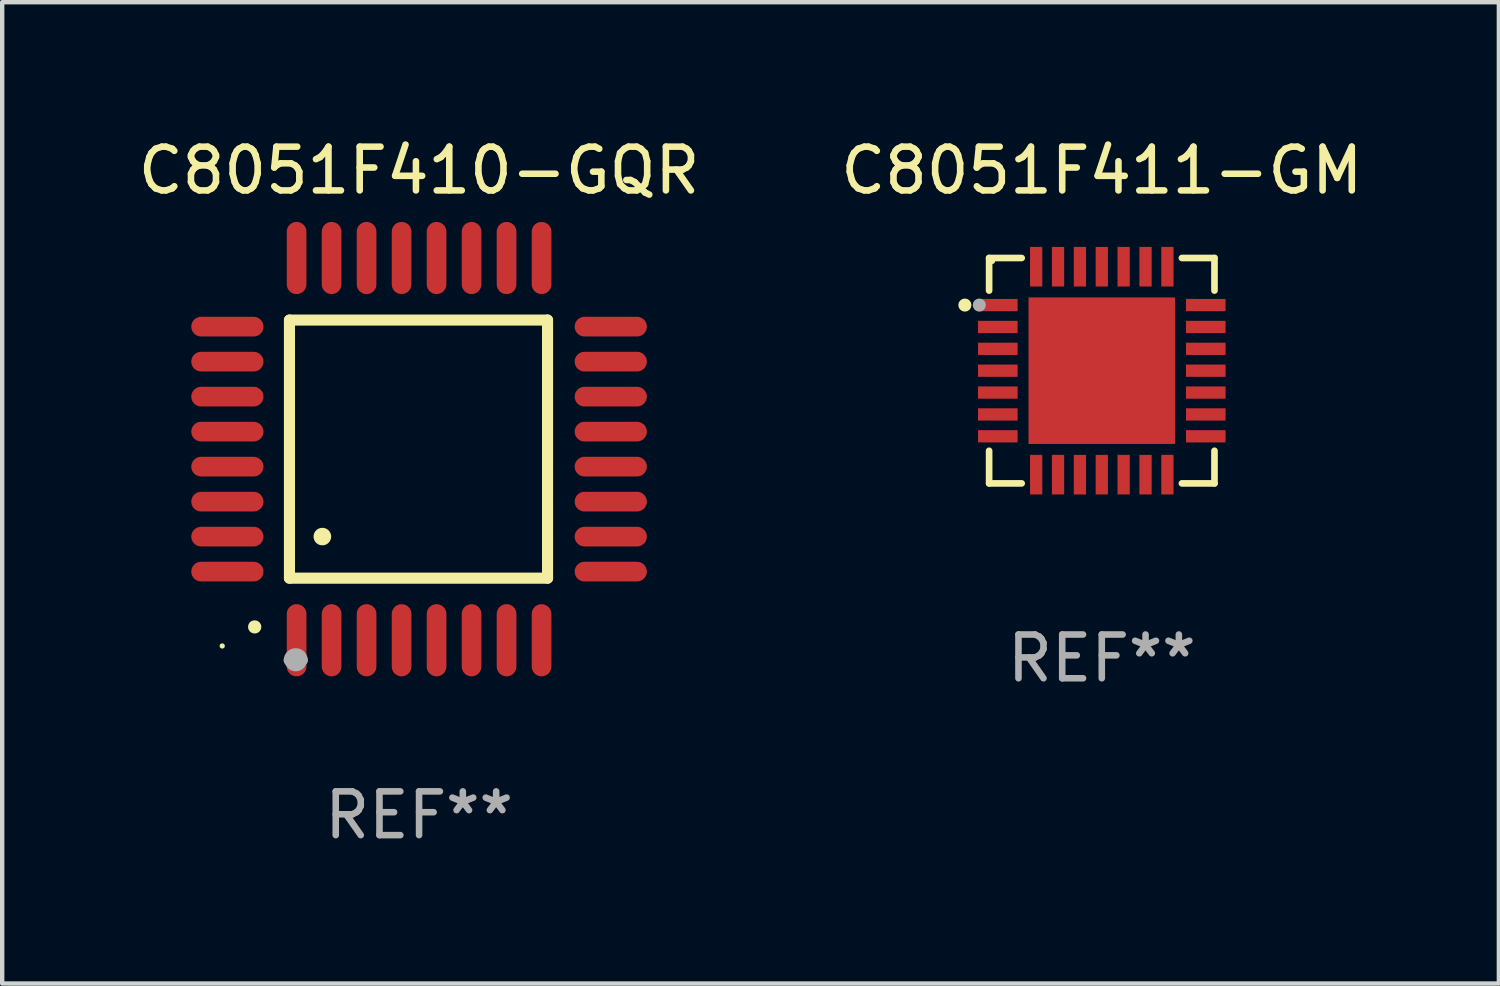
<source format=kicad_pcb>
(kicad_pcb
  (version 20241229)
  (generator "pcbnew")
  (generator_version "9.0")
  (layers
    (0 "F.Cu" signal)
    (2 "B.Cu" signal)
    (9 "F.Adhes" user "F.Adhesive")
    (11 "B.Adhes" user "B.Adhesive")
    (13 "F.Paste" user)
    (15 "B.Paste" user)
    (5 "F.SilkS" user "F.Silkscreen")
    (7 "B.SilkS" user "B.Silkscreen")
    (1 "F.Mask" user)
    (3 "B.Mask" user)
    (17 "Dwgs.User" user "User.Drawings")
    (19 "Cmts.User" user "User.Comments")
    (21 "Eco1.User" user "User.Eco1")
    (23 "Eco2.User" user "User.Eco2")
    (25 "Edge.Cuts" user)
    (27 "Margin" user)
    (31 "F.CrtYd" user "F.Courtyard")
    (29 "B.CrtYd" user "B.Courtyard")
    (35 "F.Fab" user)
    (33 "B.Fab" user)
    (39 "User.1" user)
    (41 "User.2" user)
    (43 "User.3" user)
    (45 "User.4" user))
  (footprint "C8051F410-GQR"
    (layer "F.Cu")
    (at 6.53 7.217)
    (property "Reference" "C8051F410-GQR" (at 0 -6.369 0) (layer "F.SilkS") (effects (font (size 1 1) (thickness 0.15))))
    (attr through_hole)
    (fp_line (start -2.963 -2.95) (end -2.963 2.95) (stroke (width 0.254) (type solid)) (layer "F.SilkS"))
    (fp_line (start -2.963 2.95) (end 2.937 2.95) (stroke (width 0.254) (type solid)) (layer "F.SilkS"))
    (fp_line (start 2.937 -2.95) (end -2.963 -2.95) (stroke (width 0.254) (type solid)) (layer "F.SilkS"))
    (fp_line (start 2.937 2.95) (end 2.937 -2.95) (stroke (width 0.254) (type solid)) (layer "F.SilkS"))
    (fp_arc (start -3.759208 4.064008) (mid -3.757938 4.064003) (end -3.756668 4.064008) (stroke (width 0.3) (type solid)) (layer "F.SilkS"))
    (fp_arc (start -2.212344 1.998984) (mid -2.211074 1.99898) (end -2.209804 1.998984) (stroke (width 0.4) (type solid)) (layer "F.SilkS"))
    (fp_circle (center -4.5 4.5) (end -4.47 4.5) (stroke (width 0.06) (type solid)) (fill no) (layer "F.SilkS"))
    (fp_arc (start -2.967489 4.82601) (mid -2.819406 4.677927) (end -2.671323 4.82601) (stroke (width 0.254001) (type solid)) (layer "F.Fab"))
    (fp_arc (start -2.967488 4.82601) (mid -2.819406 4.791053) (end -2.671324 4.82601) (stroke (width 0.254001) (type solid)) (layer "F.Fab"))
    (fp_circle (center -2.819 4.826) (end -2.692 4.826) (stroke (width 0.254) (type solid)) (fill no) (layer "F.Fab"))
    (fp_text user "REF**" (at 0 8.369 0) (layer "F.Fab") (effects (font (size 1 1) (thickness 0.15))))
    (pad "1" smd oval (at -2.8 4.369) (size 0.45 1.65) (layers "F.Cu" "F.Mask" "F.Paste"))
    (pad "2" smd oval (at -2 4.369) (size 0.45 1.65) (layers "F.Cu" "F.Mask" "F.Paste"))
    (pad "3" smd oval (at -1.2 4.369) (size 0.45 1.65) (layers "F.Cu" "F.Mask" "F.Paste"))
    (pad "4" smd oval (at -0.4 4.369) (size 0.45 1.65) (layers "F.Cu" "F.Mask" "F.Paste"))
    (pad "5" smd oval (at 0.4 4.369) (size 0.45 1.65) (layers "F.Cu" "F.Mask" "F.Paste"))
    (pad "6" smd oval (at 1.2 4.369) (size 0.45 1.65) (layers "F.Cu" "F.Mask" "F.Paste"))
    (pad "7" smd oval (at 2 4.369) (size 0.45 1.65) (layers "F.Cu" "F.Mask" "F.Paste"))
    (pad "8" smd oval (at 2.8 4.369) (size 0.45 1.65) (layers "F.Cu" "F.Mask" "F.Paste"))
    (pad "9" smd oval (at 4.382 2.8) (size 1.65 0.45) (layers "F.Cu" "F.Mask" "F.Paste"))
    (pad "10" smd oval (at 4.382 2) (size 1.65 0.45) (layers "F.Cu" "F.Mask" "F.Paste"))
    (pad "11" smd oval (at 4.382 1.2) (size 1.65 0.45) (layers "F.Cu" "F.Mask" "F.Paste"))
    (pad "12" smd oval (at 4.382 0.4) (size 1.65 0.45) (layers "F.Cu" "F.Mask" "F.Paste"))
    (pad "13" smd oval (at 4.382 -0.4) (size 1.65 0.45) (layers "F.Cu" "F.Mask" "F.Paste"))
    (pad "14" smd oval (at 4.382 -1.2) (size 1.65 0.45) (layers "F.Cu" "F.Mask" "F.Paste"))
    (pad "15" smd oval (at 4.382 -2) (size 1.65 0.45) (layers "F.Cu" "F.Mask" "F.Paste"))
    (pad "16" smd oval (at 4.382 -2.8) (size 1.65 0.45) (layers "F.Cu" "F.Mask" "F.Paste"))
    (pad "17" smd oval (at 2.8 -4.369) (size 0.45 1.65) (layers "F.Cu" "F.Mask" "F.Paste"))
    (pad "18" smd oval (at 2 -4.369) (size 0.45 1.65) (layers "F.Cu" "F.Mask" "F.Paste"))
    (pad "19" smd oval (at 1.2 -4.369) (size 0.45 1.65) (layers "F.Cu" "F.Mask" "F.Paste"))
    (pad "20" smd oval (at 0.4 -4.369) (size 0.45 1.65) (layers "F.Cu" "F.Mask" "F.Paste"))
    (pad "21" smd oval (at -0.4 -4.369) (size 0.45 1.65) (layers "F.Cu" "F.Mask" "F.Paste"))
    (pad "22" smd oval (at -1.2 -4.369) (size 0.45 1.65) (layers "F.Cu" "F.Mask" "F.Paste"))
    (pad "23" smd oval (at -2 -4.369) (size 0.45 1.65) (layers "F.Cu" "F.Mask" "F.Paste"))
    (pad "24" smd oval (at -2.8 -4.369) (size 0.45 1.65) (layers "F.Cu" "F.Mask" "F.Paste"))
    (pad "25" smd oval (at -4.382 -2.8) (size 1.65 0.45) (layers "F.Cu" "F.Mask" "F.Paste"))
    (pad "26" smd oval (at -4.382 -2) (size 1.65 0.45) (layers "F.Cu" "F.Mask" "F.Paste"))
    (pad "27" smd oval (at -4.382 -1.2) (size 1.65 0.45) (layers "F.Cu" "F.Mask" "F.Paste"))
    (pad "28" smd oval (at -4.382 -0.4) (size 1.65 0.45) (layers "F.Cu" "F.Mask" "F.Paste"))
    (pad "29" smd oval (at -4.382 0.4) (size 1.65 0.45) (layers "F.Cu" "F.Mask" "F.Paste"))
    (pad "30" smd oval (at -4.382 1.2) (size 1.65 0.45) (layers "F.Cu" "F.Mask" "F.Paste"))
    (pad "31" smd oval (at -4.382 2) (size 1.65 0.45) (layers "F.Cu" "F.Mask" "F.Paste"))
    (pad "32" smd oval (at -4.382 2.8) (size 1.65 0.45) (layers "F.Cu" "F.Mask" "F.Paste")))
  (footprint "C8051F411-GM"
    (layer "F.Cu")
    (at 22.137 5.424)
    (property "Reference" "C8051F411-GM" (at 0 -4.576 0) (layer "F.SilkS") (effects (font (size 1 1) (thickness 0.15))))
    (attr through_hole)
    (fp_line (start -2.576 -2.576) (end -2.576 -1.831) (stroke (width 0.152) (type solid)) (layer "F.SilkS"))
    (fp_line (start -2.576 2.576) (end -2.576 1.831) (stroke (width 0.152) (type solid)) (layer "F.SilkS"))
    (fp_line (start -1.831 -2.576) (end -2.576 -2.576) (stroke (width 0.152) (type solid)) (layer "F.SilkS"))
    (fp_line (start -1.831 2.576) (end -2.576 2.576) (stroke (width 0.152) (type solid)) (layer "F.SilkS"))
    (fp_line (start 1.831 -2.576) (end 2.576 -2.576) (stroke (width 0.152) (type solid)) (layer "F.SilkS"))
    (fp_line (start 1.831 2.576) (end 2.576 2.576) (stroke (width 0.152) (type solid)) (layer "F.SilkS"))
    (fp_line (start 2.576 -2.576) (end 2.576 -1.831) (stroke (width 0.152) (type solid)) (layer "F.SilkS"))
    (fp_line (start 2.576 2.576) (end 2.576 1.831) (stroke (width 0.152) (type solid)) (layer "F.SilkS"))
    (fp_circle (center -3.13 -1.5) (end -3.055 -1.5) (stroke (width 0.15) (type solid)) (fill no) (layer "F.SilkS"))
    (fp_circle (center -2.5 -2.5) (end -2.47 -2.5) (stroke (width 0.06) (type solid)) (fill no) (layer "F.SilkS"))
    (fp_circle (center -2.8 -1.5) (end -2.725 -1.5) (stroke (width 0.15) (type solid)) (fill no) (layer "F.Fab"))
    (fp_text user "REF**" (at 0 6.576 0) (layer "F.Fab") (effects (font (size 1 1) (thickness 0.15))))
    (pad "1" smd rect (at -2.377 -1.5) (size 0.905 0.28) (layers "F.Cu" "F.Mask" "F.Paste"))
    (pad "2" smd rect (at -2.377 -1) (size 0.905 0.28) (layers "F.Cu" "F.Mask" "F.Paste"))
    (pad "3" smd rect (at -2.377 -0.5) (size 0.905 0.28) (layers "F.Cu" "F.Mask" "F.Paste"))
    (pad "4" smd rect (at -2.377 0) (size 0.905 0.28) (layers "F.Cu" "F.Mask" "F.Paste"))
    (pad "5" smd rect (at -2.377 0.5) (size 0.905 0.28) (layers "F.Cu" "F.Mask" "F.Paste"))
    (pad "6" smd rect (at -2.377 1) (size 0.905 0.28) (layers "F.Cu" "F.Mask" "F.Paste"))
    (pad "7" smd rect (at -2.377 1.5) (size 0.905 0.28) (layers "F.Cu" "F.Mask" "F.Paste"))
    (pad "8" smd rect (at -1.5 2.377) (size 0.28 0.905) (layers "F.Cu" "F.Mask" "F.Paste"))
    (pad "9" smd rect (at -1 2.377) (size 0.28 0.905) (layers "F.Cu" "F.Mask" "F.Paste"))
    (pad "10" smd rect (at -0.5 2.377) (size 0.28 0.905) (layers "F.Cu" "F.Mask" "F.Paste"))
    (pad "11" smd rect (at 0 2.377) (size 0.28 0.905) (layers "F.Cu" "F.Mask" "F.Paste"))
    (pad "12" smd rect (at 0.5 2.377) (size 0.28 0.905) (layers "F.Cu" "F.Mask" "F.Paste"))
    (pad "13" smd rect (at 1 2.377) (size 0.28 0.905) (layers "F.Cu" "F.Mask" "F.Paste"))
    (pad "14" smd rect (at 1.5 2.377) (size 0.28 0.905) (layers "F.Cu" "F.Mask" "F.Paste"))
    (pad "15" smd rect (at 2.377 1.5) (size 0.905 0.28) (layers "F.Cu" "F.Mask" "F.Paste"))
    (pad "16" smd rect (at 2.377 1) (size 0.905 0.28) (layers "F.Cu" "F.Mask" "F.Paste"))
    (pad "17" smd rect (at 2.377 0.5) (size 0.905 0.28) (layers "F.Cu" "F.Mask" "F.Paste"))
    (pad "18" smd rect (at 2.377 0) (size 0.905 0.28) (layers "F.Cu" "F.Mask" "F.Paste"))
    (pad "19" smd rect (at 2.377 -0.5) (size 0.905 0.28) (layers "F.Cu" "F.Mask" "F.Paste"))
    (pad "20" smd rect (at 2.377 -1) (size 0.905 0.28) (layers "F.Cu" "F.Mask" "F.Paste"))
    (pad "21" smd rect (at 2.377 -1.5) (size 0.905 0.28) (layers "F.Cu" "F.Mask" "F.Paste"))
    (pad "22" smd rect (at 1.5 -2.377) (size 0.28 0.905) (layers "F.Cu" "F.Mask" "F.Paste"))
    (pad "23" smd rect (at 1 -2.377) (size 0.28 0.905) (layers "F.Cu" "F.Mask" "F.Paste"))
    (pad "24" smd rect (at 0.5 -2.377) (size 0.28 0.905) (layers "F.Cu" "F.Mask" "F.Paste"))
    (pad "25" smd rect (at 0 -2.377) (size 0.28 0.905) (layers "F.Cu" "F.Mask" "F.Paste"))
    (pad "26" smd rect (at -0.5 -2.377) (size 0.28 0.905) (layers "F.Cu" "F.Mask" "F.Paste"))
    (pad "27" smd rect (at -1 -2.377) (size 0.28 0.905) (layers "F.Cu" "F.Mask" "F.Paste"))
    (pad "28" smd rect (at -1.5 -2.377) (size 0.28 0.905) (layers "F.Cu" "F.Mask" "F.Paste"))
    (pad "29" smd rect (at 0 0) (size 3.35 3.35) (layers "F.Cu" "F.Mask" "F.Paste")))
  (gr_rect
    (start -3 -3)
    (end 31.214 19.434)
    (stroke (width 0.1) (type default))
    (fill no)
    (layer "Edge.Cuts")))
</source>
